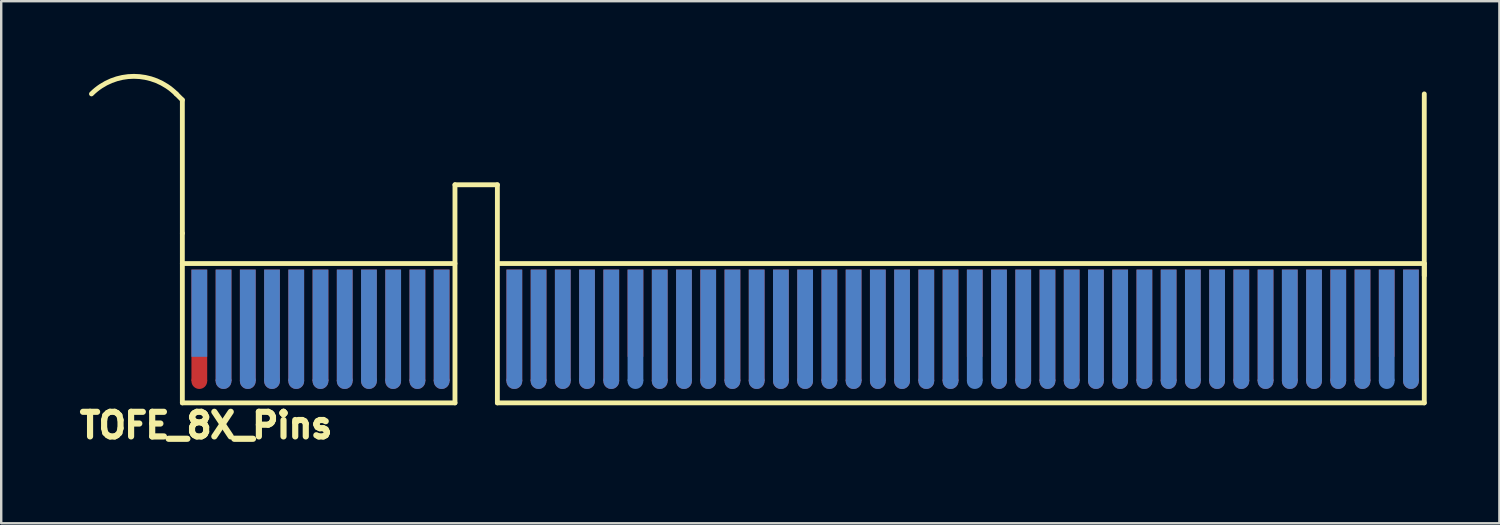
<source format=kicad_pcb>
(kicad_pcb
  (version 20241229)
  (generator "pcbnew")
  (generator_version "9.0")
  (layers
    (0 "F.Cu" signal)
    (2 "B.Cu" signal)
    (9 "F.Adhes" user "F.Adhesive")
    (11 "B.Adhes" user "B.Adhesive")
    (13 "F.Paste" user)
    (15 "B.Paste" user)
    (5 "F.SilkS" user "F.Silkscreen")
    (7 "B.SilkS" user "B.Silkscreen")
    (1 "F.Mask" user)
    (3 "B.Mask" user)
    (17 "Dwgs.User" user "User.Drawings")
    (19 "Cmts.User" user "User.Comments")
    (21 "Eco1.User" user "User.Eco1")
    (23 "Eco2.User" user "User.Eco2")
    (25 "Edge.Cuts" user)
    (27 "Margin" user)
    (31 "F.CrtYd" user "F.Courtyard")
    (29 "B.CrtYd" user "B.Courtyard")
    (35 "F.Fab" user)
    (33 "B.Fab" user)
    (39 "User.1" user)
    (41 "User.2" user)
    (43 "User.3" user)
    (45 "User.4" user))
  (footprint "TOFE_8X_Pins"
    (layer "F.Cu")
    (at 5.175 10.375)
    (property "Reference" "TOFE_8X_Pins" (at 0.281 4.128 0) (layer "F.SilkS") (effects (font (size 1.016 1.016) (thickness 0.254))))
    (attr through_hole)
    (fp_line (start -0.7 -9.3) (end -0.95 -9.55) (stroke (width 0.2) (type solid)) (layer "F.SilkS"))
    (fp_line (start -0.7 -3.8) (end -0.7 -9.3) (stroke (width 0.2) (type solid)) (layer "F.SilkS"))
    (fp_line (start -0.7 3.2) (end -0.7 -3.8) (stroke (width 0.2) (type solid)) (layer "F.SilkS"))
    (fp_line (start -0.7 3.2) (end 10.55 3.2) (stroke (width 0.2) (type solid)) (layer "F.SilkS"))
    (fp_line (start 10.55 -5.8) (end 10.55 3.2) (stroke (width 0.2) (type solid)) (layer "F.SilkS"))
    (fp_line (start 10.55 -5.8) (end 12.3 -5.8) (stroke (width 0.2) (type solid)) (layer "F.SilkS"))
    (fp_line (start 10.55 -2.55) (end -0.7 -2.55) (stroke (width 0.2) (type solid)) (layer "F.SilkS"))
    (fp_line (start 12.3 -5.8) (end 12.3 3.2) (stroke (width 0.2) (type solid)) (layer "F.SilkS"))
    (fp_line (start 12.3 3.2) (end 50.55 3.2) (stroke (width 0.2) (type solid)) (layer "F.SilkS"))
    (fp_line (start 50.55 -2.55) (end 12.3 -2.55) (stroke (width 0.2) (type solid)) (layer "F.SilkS"))
    (fp_line (start 50.55 -2.05) (end 50.55 -9.55) (stroke (width 0.2) (type solid)) (layer "F.SilkS"))
    (fp_line (start 50.55 3.2) (end 50.55 -2.55) (stroke (width 0.2) (type solid)) (layer "F.SilkS"))
    (fp_arc (start -4.4504 -9.55) (mid -2.7004 -10.274874) (end -0.9504 -9.55) (stroke (width 0.2) (type solid)) (layer "F.SilkS"))
    (pad "A1" connect rect (at 0 -0.5) (size 0.65 3.599) (layers "B.Cu" "B.Mask"))
    (pad "A2" connect rect (at 1 0) (size 0.65 4.6) (layers "B.Cu" "B.Mask"))
    (pad "A2" connect oval (at 1 2.301 90) (size 0.65 0.65) (layers "B.Cu" "B.Mask"))
    (pad "A3" connect rect (at 2 0) (size 0.65 4.6) (layers "B.Cu" "B.Mask"))
    (pad "A3" connect oval (at 2 2.301 90) (size 0.65 0.65) (layers "B.Cu" "B.Mask"))
    (pad "A4" connect rect (at 3 0) (size 0.65 4.6) (layers "B.Cu" "B.Mask"))
    (pad "A4" connect oval (at 3 2.301 90) (size 0.65 0.65) (layers "B.Cu" "B.Mask"))
    (pad "A5" connect rect (at 4 0) (size 0.65 4.6) (layers "B.Cu" "B.Mask"))
    (pad "A5" connect oval (at 4 2.301 90) (size 0.65 0.65) (layers "B.Cu" "B.Mask"))
    (pad "A6" connect rect (at 5 0) (size 0.65 4.6) (layers "B.Cu" "B.Mask"))
    (pad "A6" connect oval (at 5 2.301 90) (size 0.65 0.65) (layers "B.Cu" "B.Mask"))
    (pad "A7" connect rect (at 6 0) (size 0.65 4.6) (layers "B.Cu" "B.Mask"))
    (pad "A7" connect oval (at 6 2.301 90) (size 0.65 0.65) (layers "B.Cu" "B.Mask"))
    (pad "A8" connect rect (at 7 0) (size 0.65 4.6) (layers "B.Cu" "B.Mask"))
    (pad "A8" connect oval (at 7 2.301 90) (size 0.65 0.65) (layers "B.Cu" "B.Mask"))
    (pad "A9" connect rect (at 8 0) (size 0.65 4.6) (layers "B.Cu" "B.Mask"))
    (pad "A9" connect oval (at 8 2.301 90) (size 0.65 0.65) (layers "B.Cu" "B.Mask"))
    (pad "A10" connect rect (at 9 0) (size 0.65 4.6) (layers "B.Cu" "B.Mask"))
    (pad "A10" connect oval (at 9 2.301 90) (size 0.65 0.65) (layers "B.Cu" "B.Mask"))
    (pad "A11" connect rect (at 10 0) (size 0.65 4.6) (layers "B.Cu" "B.Mask"))
    (pad "A11" connect oval (at 10 2.301 90) (size 0.65 0.65) (layers "B.Cu" "B.Mask"))
    (pad "A12" connect rect (at 13 0) (size 0.65 4.6) (layers "B.Cu" "B.Mask"))
    (pad "A12" connect oval (at 13 2.301 90) (size 0.65 0.65) (layers "B.Cu" "B.Mask"))
    (pad "A13" connect rect (at 14 0) (size 0.65 4.6) (layers "B.Cu" "B.Mask"))
    (pad "A13" connect oval (at 14 2.301 90) (size 0.65 0.65) (layers "B.Cu" "B.Mask"))
    (pad "A14" connect rect (at 14.999 0) (size 0.65 4.6) (layers "B.Cu" "B.Mask"))
    (pad "A14" connect oval (at 14.999 2.301 90) (size 0.65 0.65) (layers "B.Cu" "B.Mask"))
    (pad "A15" connect rect (at 15.999 0) (size 0.65 4.6) (layers "B.Cu" "B.Mask"))
    (pad "A15" connect oval (at 15.999 2.301 90) (size 0.65 0.65) (layers "B.Cu" "B.Mask"))
    (pad "A16" connect rect (at 17 0) (size 0.65 4.6) (layers "B.Cu" "B.Mask"))
    (pad "A16" connect oval (at 17 2.301 90) (size 0.65 0.65) (layers "B.Cu" "B.Mask"))
    (pad "A17" connect rect (at 17.998 0) (size 0.65 4.6) (layers "B.Cu" "B.Mask"))
    (pad "A17" connect oval (at 17.998 2.301 90) (size 0.65 0.65) (layers "B.Cu" "B.Mask"))
    (pad "A18" connect oval (at 18.999 2.301 90) (size 0.65 0.65) (layers "B.Cu" "B.Mask"))
    (pad "A18" connect rect (at 19 0) (size 0.65 4.6) (layers "B.Cu" "B.Mask"))
    (pad "A19" connect rect (at 20 0) (size 0.65 4.6) (layers "B.Cu" "B.Mask"))
    (pad "A19" connect oval (at 20 2.301 90) (size 0.65 0.65) (layers "B.Cu" "B.Mask"))
    (pad "A20" connect rect (at 21 0) (size 0.65 4.6) (layers "B.Cu" "B.Mask"))
    (pad "A20" connect oval (at 21 2.301 90) (size 0.65 0.65) (layers "B.Cu" "B.Mask"))
    (pad "A21" connect rect (at 22 0) (size 0.65 4.6) (layers "B.Cu" "B.Mask"))
    (pad "A21" connect oval (at 22 2.301 90) (size 0.65 0.65) (layers "B.Cu" "B.Mask"))
    (pad "A22" connect rect (at 23 0) (size 0.65 4.6) (layers "B.Cu" "B.Mask"))
    (pad "A22" connect oval (at 23 2.301 90) (size 0.65 0.65) (layers "B.Cu" "B.Mask"))
    (pad "A23" connect rect (at 24 0) (size 0.65 4.6) (layers "B.Cu" "B.Mask"))
    (pad "A23" connect oval (at 24 2.301 90) (size 0.65 0.65) (layers "B.Cu" "B.Mask"))
    (pad "A24" connect rect (at 25 0) (size 0.65 4.6) (layers "B.Cu" "B.Mask"))
    (pad "A24" connect oval (at 25 2.301 90) (size 0.65 0.65) (layers "B.Cu" "B.Mask"))
    (pad "A25" connect rect (at 26 0) (size 0.65 4.6) (layers "B.Cu" "B.Mask"))
    (pad "A25" connect oval (at 26 2.301 90) (size 0.65 0.65) (layers "B.Cu" "B.Mask"))
    (pad "A26" connect rect (at 27 0) (size 0.65 4.6) (layers "B.Cu" "B.Mask"))
    (pad "A26" connect oval (at 27 2.301 90) (size 0.65 0.65) (layers "B.Cu" "B.Mask"))
    (pad "A27" connect rect (at 28 0) (size 0.65 4.6) (layers "B.Cu" "B.Mask"))
    (pad "A27" connect oval (at 28 2.301 90) (size 0.65 0.65) (layers "B.Cu" "B.Mask"))
    (pad "A28" connect rect (at 29 0) (size 0.65 4.6) (layers "B.Cu" "B.Mask"))
    (pad "A28" connect oval (at 29 2.301 90) (size 0.65 0.65) (layers "B.Cu" "B.Mask"))
    (pad "A29" connect rect (at 30 0) (size 0.65 4.6) (layers "B.Cu" "B.Mask"))
    (pad "A29" connect oval (at 30 2.301 90) (size 0.65 0.65) (layers "B.Cu" "B.Mask"))
    (pad "A30" connect rect (at 31 0) (size 0.65 4.6) (layers "B.Cu" "B.Mask"))
    (pad "A30" connect oval (at 31 2.301 90) (size 0.65 0.65) (layers "B.Cu" "B.Mask"))
    (pad "A31" connect rect (at 32 0) (size 0.65 4.6) (layers "B.Cu" "B.Mask"))
    (pad "A31" connect oval (at 32 2.301 90) (size 0.65 0.65) (layers "B.Cu" "B.Mask"))
    (pad "A32" connect rect (at 33 0) (size 0.65 4.6) (layers "B.Cu" "B.Mask"))
    (pad "A32" connect oval (at 33 2.301 90) (size 0.65 0.65) (layers "B.Cu" "B.Mask"))
    (pad "A33" connect rect (at 34 0) (size 0.65 4.6) (layers "B.Cu" "B.Mask"))
    (pad "A33" connect oval (at 34 2.301 90) (size 0.65 0.65) (layers "B.Cu" "B.Mask"))
    (pad "A34" connect rect (at 35 0) (size 0.65 4.6) (layers "B.Cu" "B.Mask"))
    (pad "A34" connect oval (at 35 2.301 90) (size 0.65 0.65) (layers "B.Cu" "B.Mask"))
    (pad "A35" connect rect (at 36 0) (size 0.65 4.6) (layers "B.Cu" "B.Mask"))
    (pad "A35" connect oval (at 36 2.301 90) (size 0.65 0.65) (layers "B.Cu" "B.Mask"))
    (pad "A36" connect rect (at 37 0) (size 0.65 4.6) (layers "B.Cu" "B.Mask"))
    (pad "A36" connect oval (at 37 2.301 90) (size 0.65 0.65) (layers "B.Cu" "B.Mask"))
    (pad "A37" connect rect (at 38 0) (size 0.65 4.6) (layers "B.Cu" "B.Mask"))
    (pad "A37" connect oval (at 38 2.301 90) (size 0.65 0.65) (layers "B.Cu" "B.Mask"))
    (pad "A38" connect rect (at 39 0) (size 0.65 4.6) (layers "B.Cu" "B.Mask"))
    (pad "A38" connect oval (at 39 2.301 90) (size 0.65 0.65) (layers "B.Cu" "B.Mask"))
    (pad "A39" connect rect (at 40 0) (size 0.65 4.6) (layers "B.Cu" "B.Mask"))
    (pad "A39" connect oval (at 40 2.301 90) (size 0.65 0.65) (layers "B.Cu" "B.Mask"))
    (pad "A40" connect rect (at 41 0) (size 0.65 4.6) (layers "B.Cu" "B.Mask"))
    (pad "A40" connect oval (at 41 2.301 90) (size 0.65 0.65) (layers "B.Cu" "B.Mask"))
    (pad "A41" connect rect (at 42 0) (size 0.65 4.6) (layers "B.Cu" "B.Mask"))
    (pad "A41" connect oval (at 42 2.301 90) (size 0.65 0.65) (layers "B.Cu" "B.Mask"))
    (pad "A42" connect rect (at 43 0) (size 0.65 4.6) (layers "B.Cu" "B.Mask"))
    (pad "A42" connect oval (at 43 2.301 90) (size 0.65 0.65) (layers "B.Cu" "B.Mask"))
    (pad "A43" connect rect (at 44 0) (size 0.65 4.6) (layers "B.Cu" "B.Mask"))
    (pad "A43" connect oval (at 44 2.301 90) (size 0.65 0.65) (layers "B.Cu" "B.Mask"))
    (pad "A44" connect rect (at 45 0) (size 0.65 4.6) (layers "B.Cu" "B.Mask"))
    (pad "A44" connect oval (at 45 2.301 90) (size 0.65 0.65) (layers "B.Cu" "B.Mask"))
    (pad "A45" connect rect (at 46 0) (size 0.65 4.6) (layers "B.Cu" "B.Mask"))
    (pad "A45" connect oval (at 46 2.301 90) (size 0.65 0.65) (layers "B.Cu" "B.Mask"))
    (pad "A46" connect rect (at 47 0) (size 0.65 4.6) (layers "B.Cu" "B.Mask"))
    (pad "A46" connect oval (at 47 2.301 90) (size 0.65 0.65) (layers "B.Cu" "B.Mask"))
    (pad "A47" connect rect (at 48 0) (size 0.65 4.6) (layers "B.Cu" "B.Mask"))
    (pad "A47" connect oval (at 48 2.301 90) (size 0.65 0.65) (layers "B.Cu" "B.Mask"))
    (pad "A48" connect rect (at 49 0) (size 0.65 4.6) (layers "B.Cu" "B.Mask"))
    (pad "A48" connect oval (at 49 2.301 90) (size 0.65 0.65) (layers "B.Cu" "B.Mask"))
    (pad "A49" connect rect (at 50 0) (size 0.65 4.6) (layers "B.Cu" "B.Mask"))
    (pad "A49" connect oval (at 50 2.301 90) (size 0.65 0.65) (layers "B.Cu" "B.Mask"))
    (pad "B1" connect rect (at 0 0) (size 0.65 4.6) (layers "F.Cu" "F.Mask"))
    (pad "B1" connect circle (at 0 2.301) (size 0.65 0.65) (layers "F.Cu" "F.Mask"))
    (pad "B2" connect rect (at 1 0) (size 0.65 4.6) (layers "F.Cu" "F.Mask"))
    (pad "B2" connect circle (at 1 2.301) (size 0.65 0.65) (layers "F.Cu" "F.Mask"))
    (pad "B3" connect rect (at 2 0) (size 0.65 4.6) (layers "F.Cu" "F.Mask"))
    (pad "B3" connect circle (at 2 2.301) (size 0.65 0.65) (layers "F.Cu" "F.Mask"))
    (pad "B4" connect rect (at 3 0) (size 0.65 4.6) (layers "F.Cu" "F.Mask"))
    (pad "B4" connect circle (at 3 2.301) (size 0.65 0.65) (layers "F.Cu" "F.Mask"))
    (pad "B5" connect rect (at 4 0) (size 0.65 4.6) (layers "F.Cu" "F.Mask"))
    (pad "B5" connect circle (at 4 2.301) (size 0.65 0.65) (layers "F.Cu" "F.Mask"))
    (pad "B6" connect rect (at 5 0) (size 0.65 4.6) (layers "F.Cu" "F.Mask"))
    (pad "B6" connect circle (at 5 2.301) (size 0.65 0.65) (layers "F.Cu" "F.Mask"))
    (pad "B7" connect rect (at 6 0) (size 0.65 4.6) (layers "F.Cu" "F.Mask"))
    (pad "B7" connect circle (at 6 2.301) (size 0.65 0.65) (layers "F.Cu" "F.Mask"))
    (pad "B8" connect rect (at 7 0) (size 0.65 4.6) (layers "F.Cu" "F.Mask"))
    (pad "B8" connect circle (at 7 2.301) (size 0.65 0.65) (layers "F.Cu" "F.Mask"))
    (pad "B9" connect rect (at 8 0) (size 0.65 4.6) (layers "F.Cu" "F.Mask"))
    (pad "B9" connect circle (at 8 2.301) (size 0.65 0.65) (layers "F.Cu" "F.Mask"))
    (pad "B10" connect rect (at 9 0) (size 0.65 4.6) (layers "F.Cu" "F.Mask"))
    (pad "B10" connect circle (at 9 2.301) (size 0.65 0.65) (layers "F.Cu" "F.Mask"))
    (pad "B11" connect rect (at 10 0) (size 0.65 4.6) (layers "F.Cu" "F.Mask"))
    (pad "B11" connect circle (at 10 2.301) (size 0.65 0.65) (layers "F.Cu" "F.Mask"))
    (pad "B12" connect rect (at 13 0) (size 0.65 4.6) (layers "F.Cu" "F.Mask"))
    (pad "B12" connect circle (at 13 2.301) (size 0.65 0.65) (layers "F.Cu" "F.Mask"))
    (pad "B13" connect rect (at 14 0) (size 0.65 4.6) (layers "F.Cu" "F.Mask"))
    (pad "B13" connect circle (at 14 2.301) (size 0.65 0.65) (layers "F.Cu" "F.Mask"))
    (pad "B14" connect rect (at 14.999 0) (size 0.65 4.6) (layers "F.Cu" "F.Mask"))
    (pad "B14" connect circle (at 14.999 2.301) (size 0.65 0.65) (layers "F.Cu" "F.Mask"))
    (pad "B15" connect rect (at 15.999 0) (size 0.65 4.6) (layers "F.Cu" "F.Mask"))
    (pad "B15" connect circle (at 15.999 2.301) (size 0.65 0.65) (layers "F.Cu" "F.Mask"))
    (pad "B16" connect rect (at 17 0) (size 0.65 4.6) (layers "F.Cu" "F.Mask"))
    (pad "B16" connect circle (at 17 2.301) (size 0.65 0.65) (layers "F.Cu" "F.Mask"))
    (pad "B17" connect rect (at 17.998 -0.5) (size 0.65 3.599) (layers "F.Cu" "F.Mask"))
    (pad "B18" connect rect (at 18.999 0) (size 0.65 4.6) (layers "F.Cu" "F.Mask"))
    (pad "B18" connect circle (at 18.999 2.301) (size 0.65 0.65) (layers "F.Cu" "F.Mask"))
    (pad "B19" connect rect (at 20 0) (size 0.65 4.6) (layers "F.Cu" "F.Mask"))
    (pad "B19" connect circle (at 20 2.301) (size 0.65 0.65) (layers "F.Cu" "F.Mask"))
    (pad "B20" connect rect (at 21 0) (size 0.65 4.6) (layers "F.Cu" "F.Mask"))
    (pad "B20" connect circle (at 21 2.301) (size 0.65 0.65) (layers "F.Cu" "F.Mask"))
    (pad "B21" connect rect (at 22 0) (size 0.65 4.6) (layers "F.Cu" "F.Mask"))
    (pad "B21" connect circle (at 22 2.301) (size 0.65 0.65) (layers "F.Cu" "F.Mask"))
    (pad "B22" connect rect (at 23 0) (size 0.65 4.6) (layers "F.Cu" "F.Mask"))
    (pad "B22" connect circle (at 23 2.301) (size 0.65 0.65) (layers "F.Cu" "F.Mask"))
    (pad "B23" connect rect (at 24 0) (size 0.65 4.6) (layers "F.Cu" "F.Mask"))
    (pad "B23" connect circle (at 24 2.301) (size 0.65 0.65) (layers "F.Cu" "F.Mask"))
    (pad "B24" connect rect (at 25 0) (size 0.65 4.6) (layers "F.Cu" "F.Mask"))
    (pad "B24" connect circle (at 25 2.301) (size 0.65 0.65) (layers "F.Cu" "F.Mask"))
    (pad "B25" connect rect (at 26 0) (size 0.65 4.6) (layers "F.Cu" "F.Mask"))
    (pad "B25" connect circle (at 26 2.301) (size 0.65 0.65) (layers "F.Cu" "F.Mask"))
    (pad "B26" connect rect (at 27 0) (size 0.65 4.6) (layers "F.Cu" "F.Mask"))
    (pad "B26" connect circle (at 27 2.301) (size 0.65 0.65) (layers "F.Cu" "F.Mask"))
    (pad "B27" connect rect (at 28 0) (size 0.65 4.6) (layers "F.Cu" "F.Mask"))
    (pad "B27" connect circle (at 28 2.301) (size 0.65 0.65) (layers "F.Cu" "F.Mask"))
    (pad "B28" connect rect (at 29 0) (size 0.65 4.6) (layers "F.Cu" "F.Mask"))
    (pad "B28" connect circle (at 29 2.301) (size 0.65 0.65) (layers "F.Cu" "F.Mask"))
    (pad "B29" connect rect (at 30 0) (size 0.65 4.6) (layers "F.Cu" "F.Mask"))
    (pad "B29" connect circle (at 30 2.301) (size 0.65 0.65) (layers "F.Cu" "F.Mask"))
    (pad "B30" connect rect (at 31 0) (size 0.65 4.6) (layers "F.Cu" "F.Mask"))
    (pad "B30" connect circle (at 31 2.301) (size 0.65 0.65) (layers "F.Cu" "F.Mask"))
    (pad "B31" connect rect (at 32 -0.5) (size 0.65 3.599) (layers "F.Cu" "F.Mask"))
    (pad "B32" connect rect (at 33 0) (size 0.65 4.6) (layers "F.Cu" "F.Mask"))
    (pad "B32" connect circle (at 33 2.301) (size 0.65 0.65) (layers "F.Cu" "F.Mask"))
    (pad "B33" connect rect (at 34 0) (size 0.65 4.6) (layers "F.Cu" "F.Mask"))
    (pad "B33" connect circle (at 34 2.301) (size 0.65 0.65) (layers "F.Cu" "F.Mask"))
    (pad "B34" connect rect (at 35 0) (size 0.65 4.6) (layers "F.Cu" "F.Mask"))
    (pad "B34" connect circle (at 35 2.301) (size 0.65 0.65) (layers "F.Cu" "F.Mask"))
    (pad "B35" connect rect (at 36 0) (size 0.65 4.6) (layers "F.Cu" "F.Mask"))
    (pad "B35" connect circle (at 36 2.301) (size 0.65 0.65) (layers "F.Cu" "F.Mask"))
    (pad "B36" connect rect (at 37 0) (size 0.65 4.6) (layers "F.Cu" "F.Mask"))
    (pad "B36" connect circle (at 37 2.301) (size 0.65 0.65) (layers "F.Cu" "F.Mask"))
    (pad "B37" connect rect (at 38 0) (size 0.65 4.6) (layers "F.Cu" "F.Mask"))
    (pad "B37" connect circle (at 38 2.301) (size 0.65 0.65) (layers "F.Cu" "F.Mask"))
    (pad "B38" connect rect (at 39 0) (size 0.65 4.6) (layers "F.Cu" "F.Mask"))
    (pad "B38" connect circle (at 39 2.301) (size 0.65 0.65) (layers "F.Cu" "F.Mask"))
    (pad "B39" connect rect (at 40 0) (size 0.65 4.6) (layers "F.Cu" "F.Mask"))
    (pad "B39" connect circle (at 40 2.301) (size 0.65 0.65) (layers "F.Cu" "F.Mask"))
    (pad "B40" connect rect (at 41 0) (size 0.65 4.6) (layers "F.Cu" "F.Mask"))
    (pad "B40" connect circle (at 41 2.301) (size 0.65 0.65) (layers "F.Cu" "F.Mask"))
    (pad "B41" connect rect (at 42 0) (size 0.65 4.6) (layers "F.Cu" "F.Mask"))
    (pad "B41" connect circle (at 42 2.301) (size 0.65 0.65) (layers "F.Cu" "F.Mask"))
    (pad "B42" connect rect (at 43 0) (size 0.65 4.6) (layers "F.Cu" "F.Mask"))
    (pad "B42" connect circle (at 43 2.301) (size 0.65 0.65) (layers "F.Cu" "F.Mask"))
    (pad "B43" connect rect (at 44 0) (size 0.65 4.6) (layers "F.Cu" "F.Mask"))
    (pad "B43" connect circle (at 44 2.301) (size 0.65 0.65) (layers "F.Cu" "F.Mask"))
    (pad "B44" connect rect (at 45 0) (size 0.65 4.6) (layers "F.Cu" "F.Mask"))
    (pad "B44" connect circle (at 45 2.301) (size 0.65 0.65) (layers "F.Cu" "F.Mask"))
    (pad "B45" connect rect (at 46 0) (size 0.65 4.6) (layers "F.Cu" "F.Mask"))
    (pad "B45" connect circle (at 46 2.301) (size 0.65 0.65) (layers "F.Cu" "F.Mask"))
    (pad "B46" connect rect (at 47 0) (size 0.65 4.6) (layers "F.Cu" "F.Mask"))
    (pad "B46" connect circle (at 47 2.301) (size 0.65 0.65) (layers "F.Cu" "F.Mask"))
    (pad "B47" connect rect (at 48 0) (size 0.65 4.6) (layers "F.Cu" "F.Mask"))
    (pad "B47" connect circle (at 48 2.301) (size 0.65 0.65) (layers "F.Cu" "F.Mask"))
    (pad "B48" connect rect (at 49 -0.5) (size 0.65 3.599) (layers "F.Cu" "F.Mask"))
    (pad "B49" connect rect (at 50 0) (size 0.65 4.6) (layers "F.Cu" "F.Mask"))
    (pad "B49" connect circle (at 50 2.301) (size 0.65 0.65) (layers "F.Cu" "F.Mask")))
  (gr_rect
    (start -3 -3)
    (end 58.825 18.543)
    (stroke (width 0.1) (type default))
    (fill no)
    (layer "Edge.Cuts")))
</source>
